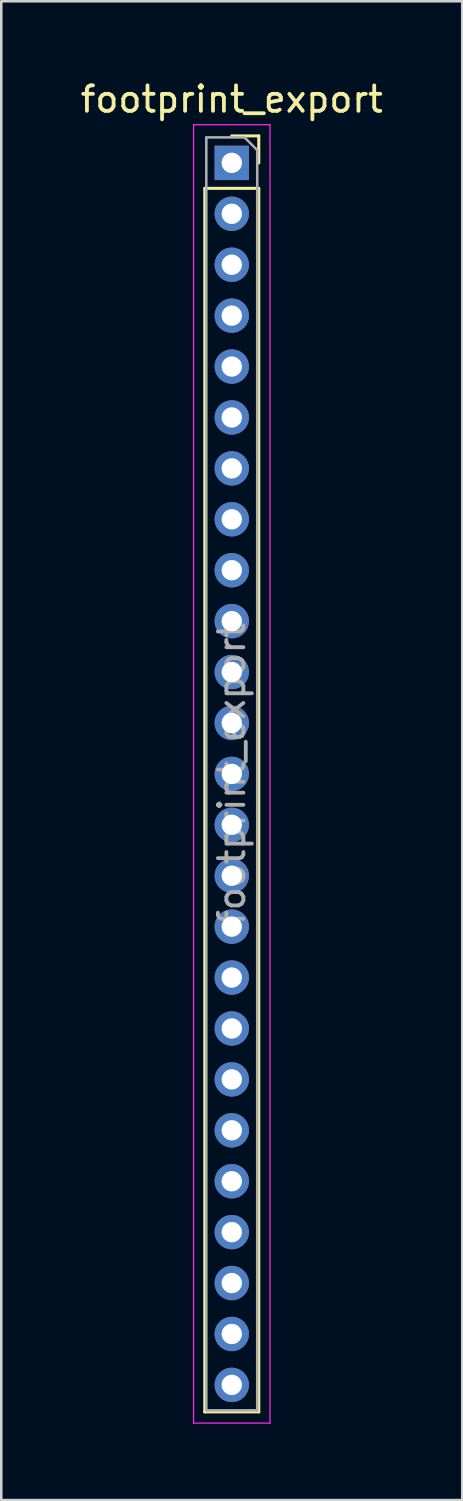
<source format=kicad_pcb>
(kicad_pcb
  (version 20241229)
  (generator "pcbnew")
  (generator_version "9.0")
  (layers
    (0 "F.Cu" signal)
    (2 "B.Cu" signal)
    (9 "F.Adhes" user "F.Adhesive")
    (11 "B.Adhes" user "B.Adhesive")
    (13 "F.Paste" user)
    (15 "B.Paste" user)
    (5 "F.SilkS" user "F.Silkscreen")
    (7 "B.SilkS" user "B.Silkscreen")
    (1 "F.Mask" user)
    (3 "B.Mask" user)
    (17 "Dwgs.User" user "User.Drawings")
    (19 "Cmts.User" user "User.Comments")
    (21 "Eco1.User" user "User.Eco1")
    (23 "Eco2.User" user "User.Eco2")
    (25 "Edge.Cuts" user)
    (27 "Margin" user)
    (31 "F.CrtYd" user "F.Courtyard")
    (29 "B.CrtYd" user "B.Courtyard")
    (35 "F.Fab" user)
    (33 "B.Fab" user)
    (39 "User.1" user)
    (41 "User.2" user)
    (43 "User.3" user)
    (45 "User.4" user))
  (footprint "footprint_export"
    (layer "F.Cu")
    (at 6.054 3.348)
    (property "Reference" "footprint_export" (at 0 -2.5 0) (layer "F.SilkS") (effects (font (size 1 1) (thickness 0.15))))
    (attr through_hole)
    (fp_line (start -1.06 1) (end -1.06 49.06) (stroke (width 0.12) (type solid)) (layer "F.SilkS"))
    (fp_line (start -1.06 1) (end 1.06 1) (stroke (width 0.12) (type solid)) (layer "F.SilkS"))
    (fp_line (start -1.06 49.06) (end 1.06 49.06) (stroke (width 0.12) (type solid)) (layer "F.SilkS"))
    (fp_line (start 0 -1.06) (end 1.06 -1.06) (stroke (width 0.12) (type solid)) (layer "F.SilkS"))
    (fp_line (start 1.06 -1.06) (end 1.06 0) (stroke (width 0.12) (type solid)) (layer "F.SilkS"))
    (fp_line (start 1.06 1) (end 1.06 49.06) (stroke (width 0.12) (type solid)) (layer "F.SilkS"))
    (fp_line (start -1.5 -1.5) (end 1.5 -1.5) (stroke (width 0.05) (type solid)) (layer "F.CrtYd"))
    (fp_line (start -1.5 49.5) (end -1.5 -1.5) (stroke (width 0.05) (type solid)) (layer "F.CrtYd"))
    (fp_line (start 1.5 -1.5) (end 1.5 49.5) (stroke (width 0.05) (type solid)) (layer "F.CrtYd"))
    (fp_line (start 1.5 49.5) (end -1.5 49.5) (stroke (width 0.05) (type solid)) (layer "F.CrtYd"))
    (fp_line (start -1 -1) (end 0.5 -1) (stroke (width 0.1) (type solid)) (layer "F.Fab"))
    (fp_line (start -1 49) (end -1 -1) (stroke (width 0.1) (type solid)) (layer "F.Fab"))
    (fp_line (start 0.5 -1) (end 1 -0.5) (stroke (width 0.1) (type solid)) (layer "F.Fab"))
    (fp_line (start 1 -0.5) (end 1 49) (stroke (width 0.1) (type solid)) (layer "F.Fab"))
    (fp_line (start 1 49) (end -1 49) (stroke (width 0.1) (type solid)) (layer "F.Fab"))
    (fp_text user "${REFERENCE}" (at 0 24 90) (layer "F.Fab") (effects (font (size 1 1) (thickness 0.15))))
    (pad "1" thru_hole rect (at 0 0) (size 1.35 1.35) (drill 0.8) (layers "*.Cu" "*.Mask"))
    (pad "2" thru_hole oval (at 0 2) (size 1.35 1.35) (drill 0.8) (layers "*.Cu" "*.Mask"))
    (pad "3" thru_hole oval (at 0 4) (size 1.35 1.35) (drill 0.8) (layers "*.Cu" "*.Mask"))
    (pad "4" thru_hole oval (at 0 6) (size 1.35 1.35) (drill 0.8) (layers "*.Cu" "*.Mask"))
    (pad "5" thru_hole oval (at 0 8) (size 1.35 1.35) (drill 0.8) (layers "*.Cu" "*.Mask"))
    (pad "6" thru_hole oval (at 0 10) (size 1.35 1.35) (drill 0.8) (layers "*.Cu" "*.Mask"))
    (pad "7" thru_hole oval (at 0 12) (size 1.35 1.35) (drill 0.8) (layers "*.Cu" "*.Mask"))
    (pad "8" thru_hole oval (at 0 14) (size 1.35 1.35) (drill 0.8) (layers "*.Cu" "*.Mask"))
    (pad "9" thru_hole oval (at 0 16) (size 1.35 1.35) (drill 0.8) (layers "*.Cu" "*.Mask"))
    (pad "10" thru_hole oval (at 0 18) (size 1.35 1.35) (drill 0.8) (layers "*.Cu" "*.Mask"))
    (pad "11" thru_hole oval (at 0 20) (size 1.35 1.35) (drill 0.8) (layers "*.Cu" "*.Mask"))
    (pad "12" thru_hole oval (at 0 22) (size 1.35 1.35) (drill 0.8) (layers "*.Cu" "*.Mask"))
    (pad "13" thru_hole oval (at 0 24) (size 1.35 1.35) (drill 0.8) (layers "*.Cu" "*.Mask"))
    (pad "14" thru_hole oval (at 0 26) (size 1.35 1.35) (drill 0.8) (layers "*.Cu" "*.Mask"))
    (pad "15" thru_hole oval (at 0 28) (size 1.35 1.35) (drill 0.8) (layers "*.Cu" "*.Mask"))
    (pad "16" thru_hole oval (at 0 30) (size 1.35 1.35) (drill 0.8) (layers "*.Cu" "*.Mask"))
    (pad "17" thru_hole oval (at 0 32) (size 1.35 1.35) (drill 0.8) (layers "*.Cu" "*.Mask"))
    (pad "18" thru_hole oval (at 0 34) (size 1.35 1.35) (drill 0.8) (layers "*.Cu" "*.Mask"))
    (pad "19" thru_hole oval (at 0 36) (size 1.35 1.35) (drill 0.8) (layers "*.Cu" "*.Mask"))
    (pad "20" thru_hole oval (at 0 38) (size 1.35 1.35) (drill 0.8) (layers "*.Cu" "*.Mask"))
    (pad "21" thru_hole oval (at 0 40) (size 1.35 1.35) (drill 0.8) (layers "*.Cu" "*.Mask"))
    (pad "22" thru_hole oval (at 0 42) (size 1.35 1.35) (drill 0.8) (layers "*.Cu" "*.Mask"))
    (pad "23" thru_hole oval (at 0 44) (size 1.35 1.35) (drill 0.8) (layers "*.Cu" "*.Mask"))
    (pad "24" thru_hole oval (at 0 46) (size 1.35 1.35) (drill 0.8) (layers "*.Cu" "*.Mask"))
    (pad "25" thru_hole oval (at 0 48) (size 1.35 1.35) (drill 0.8) (layers "*.Cu" "*.Mask")))
  (gr_rect
    (start -3 -3)
    (end 15.107 55.873)
    (stroke (width 0.1) (type default))
    (fill no)
    (layer "Edge.Cuts")))
</source>
